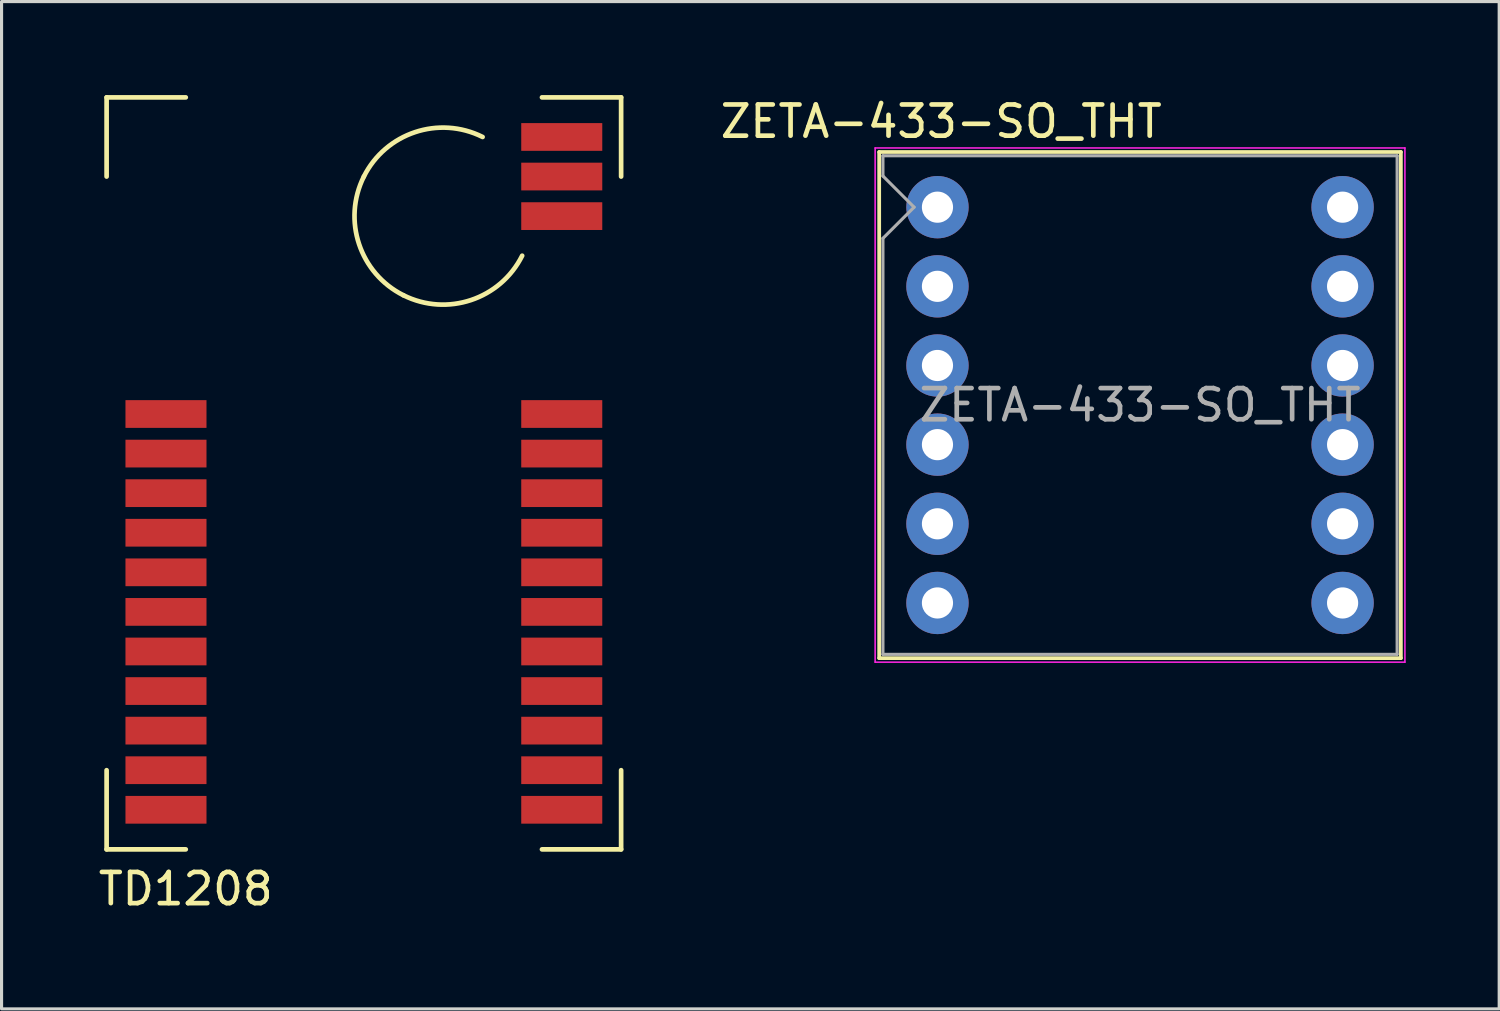
<source format=kicad_pcb>
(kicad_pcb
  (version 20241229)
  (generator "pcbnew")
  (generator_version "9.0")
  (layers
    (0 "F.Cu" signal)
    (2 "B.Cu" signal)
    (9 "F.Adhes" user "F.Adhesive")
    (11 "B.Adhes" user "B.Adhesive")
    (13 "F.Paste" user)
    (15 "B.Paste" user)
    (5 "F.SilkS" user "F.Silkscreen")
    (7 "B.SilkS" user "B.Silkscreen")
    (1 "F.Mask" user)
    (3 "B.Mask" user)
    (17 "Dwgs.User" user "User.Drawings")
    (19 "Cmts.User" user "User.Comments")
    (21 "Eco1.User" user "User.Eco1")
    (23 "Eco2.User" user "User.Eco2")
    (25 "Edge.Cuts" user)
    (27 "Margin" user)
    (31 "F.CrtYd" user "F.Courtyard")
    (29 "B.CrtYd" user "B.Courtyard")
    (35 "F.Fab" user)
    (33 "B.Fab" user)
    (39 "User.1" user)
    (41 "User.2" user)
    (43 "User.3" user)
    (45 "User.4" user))
  (footprint "ZETA-433-SO_THT"
    (layer "F.Cu")
    (at 27.032 3.598)
    (property "Reference" "ZETA-433-SO_THT" (at 0.12 -2.75 0) (layer "F.SilkS") (effects (font (size 1 1) (thickness 0.15))))
    (attr through_hole)
    (fp_line (start -1.87 -1.77) (end -1.87 14.47) (stroke (width 0.12) (type solid)) (layer "F.SilkS"))
    (fp_line (start -1.87 -1.77) (end 14.87 -1.77) (stroke (width 0.12) (type solid)) (layer "F.SilkS"))
    (fp_line (start 14.87 -1.77) (end 14.87 14.47) (stroke (width 0.12) (type solid)) (layer "F.SilkS"))
    (fp_line (start 14.87 14.47) (end -1.87 14.47) (stroke (width 0.12) (type solid)) (layer "F.SilkS"))
    (fp_line (start -2 -1.9) (end 15 -1.9) (stroke (width 0.05) (type solid)) (layer "F.CrtYd"))
    (fp_line (start -2 14.6) (end -2 -1.9) (stroke (width 0.05) (type solid)) (layer "F.CrtYd"))
    (fp_line (start 15 -1.9) (end 15 14.6) (stroke (width 0.05) (type solid)) (layer "F.CrtYd"))
    (fp_line (start 15 14.6) (end -2 14.6) (stroke (width 0.05) (type solid)) (layer "F.CrtYd"))
    (fp_line (start -1.75 -1.65) (end 14.75 -1.65) (stroke (width 0.1) (type solid)) (layer "F.Fab"))
    (fp_line (start -1.75 -1) (end -1.75 -1.65) (stroke (width 0.1) (type solid)) (layer "F.Fab"))
    (fp_line (start -1.75 14.35) (end -1.75 1) (stroke (width 0.1) (type solid)) (layer "F.Fab"))
    (fp_line (start -0.75 0) (end -1.75 -1) (stroke (width 0.1) (type solid)) (layer "F.Fab"))
    (fp_line (start -0.75 0) (end -1.75 1) (stroke (width 0.1) (type solid)) (layer "F.Fab"))
    (fp_line (start 14.75 -1.65) (end 14.75 14.35) (stroke (width 0.1) (type solid)) (layer "F.Fab"))
    (fp_line (start 14.75 14.35) (end -1.75 14.35) (stroke (width 0.1) (type solid)) (layer "F.Fab"))
    (fp_text user "${REFERENCE}" (at 6.5 6.35 0) (layer "F.Fab") (effects (font (size 1 1) (thickness 0.15))))
    (pad "1" thru_hole circle (at 0 0) (size 2 2) (drill 1) (layers "*.Cu" "*.Mask"))
    (pad "2" thru_hole circle (at 0 2.54) (size 2 2) (drill 1) (layers "*.Cu" "*.Mask"))
    (pad "3" thru_hole circle (at 0 5.08) (size 2 2) (drill 1) (layers "*.Cu" "*.Mask"))
    (pad "4" thru_hole circle (at 0 7.62) (size 2 2) (drill 1) (layers "*.Cu" "*.Mask"))
    (pad "5" thru_hole circle (at 0 10.16) (size 2 2) (drill 1) (layers "*.Cu" "*.Mask"))
    (pad "6" thru_hole circle (at 0 12.7) (size 2 2) (drill 1) (layers "*.Cu" "*.Mask"))
    (pad "7" thru_hole circle (at 13 12.7) (size 2 2) (drill 1) (layers "*.Cu" "*.Mask"))
    (pad "8" thru_hole circle (at 13 10.16) (size 2 2) (drill 1) (layers "*.Cu" "*.Mask"))
    (pad "9" thru_hole circle (at 13 7.62) (size 2 2) (drill 1) (layers "*.Cu" "*.Mask"))
    (pad "10" thru_hole circle (at 13 5.08) (size 2 2) (drill 1) (layers "*.Cu" "*.Mask"))
    (pad "11" thru_hole circle (at 13 2.54) (size 2 2) (drill 1) (layers "*.Cu" "*.Mask"))
    (pad "12" thru_hole circle (at 13 0) (size 2 2) (drill 1) (layers "*.Cu" "*.Mask")))
  (footprint "TD1208"
    (layer "F.Cu")
    (at 8.626 12.14)
    (property "Reference" "TD1208" (at -5.715 13.335 0) (layer "F.SilkS") (effects (font (size 1 1) (thickness 0.15))))
    (attr smd)
    (fp_line (start -8.255 -12.065) (end -5.715 -12.065) (stroke (width 0.15) (type solid)) (layer "F.SilkS"))
    (fp_line (start -8.255 -9.525) (end -8.255 -12.065) (stroke (width 0.15) (type solid)) (layer "F.SilkS"))
    (fp_line (start -8.255 9.525) (end -8.255 12.065) (stroke (width 0.15) (type solid)) (layer "F.SilkS"))
    (fp_line (start -8.255 12.065) (end -5.715 12.065) (stroke (width 0.15) (type solid)) (layer "F.SilkS"))
    (fp_line (start 8.255 -12.065) (end 5.715 -12.065) (stroke (width 0.15) (type solid)) (layer "F.SilkS"))
    (fp_line (start 8.255 -12.065) (end 8.255 -9.525) (stroke (width 0.15) (type solid)) (layer "F.SilkS"))
    (fp_line (start 8.255 9.525) (end 8.255 12.065) (stroke (width 0.15) (type solid)) (layer "F.SilkS"))
    (fp_line (start 8.255 12.065) (end 5.715 12.065) (stroke (width 0.15) (type solid)) (layer "F.SilkS"))
    (fp_arc (start 0 -9.525) (mid 1.641974 -10.949077) (end 3.81 -10.795) (stroke (width 0.15) (type solid)) (layer "F.SilkS"))
    (fp_arc (start 1.27 -5.715) (mid -0.154077 -7.356974) (end 0 -9.525) (stroke (width 0.15) (type solid)) (layer "F.SilkS"))
    (fp_arc (start 5.08 -6.985) (mid 3.438026 -5.560923) (end 1.27 -5.715) (stroke (width 0.15) (type solid)) (layer "F.SilkS"))
    (pad "1" smd rect (at -6.35 -1.905) (size 2.6 0.89) (layers "F.Cu" "F.Mask" "F.Paste"))
    (pad "2" smd rect (at -6.35 -0.635) (size 2.6 0.89) (layers "F.Cu" "F.Mask" "F.Paste"))
    (pad "3" smd rect (at -6.35 0.635) (size 2.6 0.89) (layers "F.Cu" "F.Mask" "F.Paste"))
    (pad "4" smd rect (at -6.35 1.905) (size 2.6 0.89) (layers "F.Cu" "F.Mask" "F.Paste"))
    (pad "5" smd rect (at -6.35 3.175) (size 2.6 0.89) (layers "F.Cu" "F.Mask" "F.Paste"))
    (pad "6" smd rect (at -6.35 4.445) (size 2.6 0.89) (layers "F.Cu" "F.Mask" "F.Paste"))
    (pad "7" smd rect (at -6.35 5.715) (size 2.6 0.89) (layers "F.Cu" "F.Mask" "F.Paste"))
    (pad "8" smd rect (at -6.35 6.985) (size 2.6 0.89) (layers "F.Cu" "F.Mask" "F.Paste"))
    (pad "9" smd rect (at -6.35 8.255) (size 2.6 0.89) (layers "F.Cu" "F.Mask" "F.Paste"))
    (pad "10" smd rect (at -6.35 9.525) (size 2.6 0.89) (layers "F.Cu" "F.Mask" "F.Paste"))
    (pad "11" smd rect (at -6.35 10.795) (size 2.6 0.89) (layers "F.Cu" "F.Mask" "F.Paste"))
    (pad "12" smd rect (at 6.35 10.795) (size 2.6 0.89) (layers "F.Cu" "F.Mask" "F.Paste"))
    (pad "13" smd rect (at 6.35 9.525) (size 2.6 0.89) (layers "F.Cu" "F.Mask" "F.Paste"))
    (pad "14" smd rect (at 6.35 8.255) (size 2.6 0.89) (layers "F.Cu" "F.Mask" "F.Paste"))
    (pad "15" smd rect (at 6.35 6.985) (size 2.6 0.89) (layers "F.Cu" "F.Mask" "F.Paste"))
    (pad "16" smd rect (at 6.35 5.715) (size 2.6 0.89) (layers "F.Cu" "F.Mask" "F.Paste"))
    (pad "17" smd rect (at 6.35 4.445) (size 2.6 0.89) (layers "F.Cu" "F.Mask" "F.Paste"))
    (pad "18" smd rect (at 6.35 3.175) (size 2.6 0.89) (layers "F.Cu" "F.Mask" "F.Paste"))
    (pad "19" smd rect (at 6.35 1.905) (size 2.6 0.89) (layers "F.Cu" "F.Mask" "F.Paste"))
    (pad "20" smd rect (at 6.35 0.635) (size 2.6 0.89) (layers "F.Cu" "F.Mask" "F.Paste"))
    (pad "21" smd rect (at 6.35 -0.635) (size 2.6 0.89) (layers "F.Cu" "F.Mask" "F.Paste"))
    (pad "22" smd rect (at 6.35 -1.905) (size 2.6 0.89) (layers "F.Cu" "F.Mask" "F.Paste"))
    (pad "23" smd rect (at 6.35 -8.255) (size 2.6 0.89) (layers "F.Cu" "F.Mask" "F.Paste"))
    (pad "24" smd rect (at 6.35 -9.525) (size 2.6 0.89) (layers "F.Cu" "F.Mask" "F.Paste"))
    (pad "25" smd rect (at 6.35 -10.795) (size 2.6 0.89) (layers "F.Cu" "F.Mask" "F.Paste")))
  (gr_rect
    (start -3 -3)
    (end 45.057 29.323)
    (stroke (width 0.1) (type default))
    (fill no)
    (layer "Edge.Cuts")))
</source>
